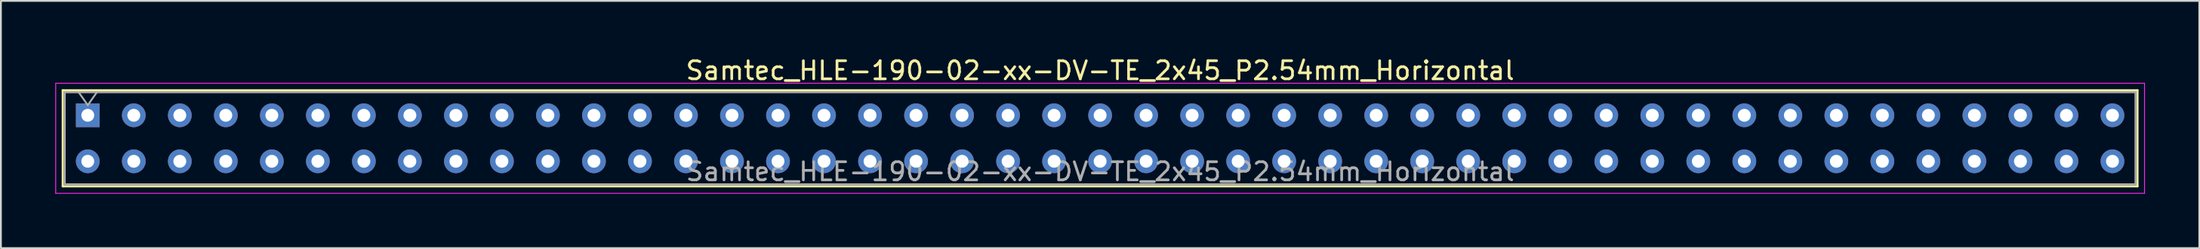
<source format=kicad_pcb>
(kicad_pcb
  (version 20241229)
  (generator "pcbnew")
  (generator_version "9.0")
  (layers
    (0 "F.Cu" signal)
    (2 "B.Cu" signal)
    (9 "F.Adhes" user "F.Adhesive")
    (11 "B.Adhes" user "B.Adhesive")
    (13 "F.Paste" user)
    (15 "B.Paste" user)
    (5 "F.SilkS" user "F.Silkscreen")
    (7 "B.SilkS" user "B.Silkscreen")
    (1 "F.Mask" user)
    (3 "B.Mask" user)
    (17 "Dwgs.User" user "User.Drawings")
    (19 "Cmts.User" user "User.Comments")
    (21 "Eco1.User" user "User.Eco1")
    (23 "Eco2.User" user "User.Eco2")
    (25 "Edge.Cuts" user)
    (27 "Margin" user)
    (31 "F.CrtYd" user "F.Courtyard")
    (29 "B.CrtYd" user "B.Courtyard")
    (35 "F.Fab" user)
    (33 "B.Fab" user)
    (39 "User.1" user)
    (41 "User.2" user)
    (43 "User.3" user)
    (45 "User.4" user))
  (footprint "Samtec_HLE-190-02-xx-DV-TE_2x45_P2.54mm_Horizontal"
    (layer "F.Cu")
    (at 1.795 3.318)
    (property "Reference" "Samtec_HLE-190-02-xx-DV-TE_2x45_P2.54mm_Horizontal" (at 55.88 -2.47 0) (layer "F.SilkS") (effects (font (size 1 1) (thickness 0.15))))
    (attr through_hole)
    (fp_line (start -1.38 -1.38) (end 113.14 -1.38) (stroke (width 0.12) (type solid)) (layer "F.SilkS"))
    (fp_line (start -1.38 3.92) (end -1.38 -1.38) (stroke (width 0.12) (type solid)) (layer "F.SilkS"))
    (fp_line (start 113.14 -1.38) (end 113.14 3.92) (stroke (width 0.12) (type solid)) (layer "F.SilkS"))
    (fp_line (start 113.14 3.92) (end -1.38 3.92) (stroke (width 0.12) (type solid)) (layer "F.SilkS"))
    (fp_line (start -1.77 -1.77) (end 113.53 -1.77) (stroke (width 0.05) (type solid)) (layer "F.CrtYd"))
    (fp_line (start -1.77 4.31) (end -1.77 -1.77) (stroke (width 0.05) (type solid)) (layer "F.CrtYd"))
    (fp_line (start 113.53 -1.77) (end 113.53 4.31) (stroke (width 0.05) (type solid)) (layer "F.CrtYd"))
    (fp_line (start 113.53 4.31) (end -1.77 4.31) (stroke (width 0.05) (type solid)) (layer "F.CrtYd"))
    (fp_line (start -1.27 -1.27) (end 113.03 -1.27) (stroke (width 0.1) (type solid)) (layer "F.Fab"))
    (fp_line (start -1.27 3.81) (end -1.27 -1.27) (stroke (width 0.1) (type solid)) (layer "F.Fab"))
    (fp_line (start -0.5 -1.27) (end 0 -0.563) (stroke (width 0.1) (type solid)) (layer "F.Fab"))
    (fp_line (start 0 -0.563) (end 0.5 -1.27) (stroke (width 0.1) (type solid)) (layer "F.Fab"))
    (fp_line (start 113.03 -1.27) (end 113.03 3.81) (stroke (width 0.1) (type solid)) (layer "F.Fab"))
    (fp_line (start 113.03 3.81) (end -1.27 3.81) (stroke (width 0.1) (type solid)) (layer "F.Fab"))
    (fp_text user "${REFERENCE}" (at 55.88 3.11 0) (layer "F.Fab") (effects (font (size 1 1) (thickness 0.15))))
    (pad "1" thru_hole rect (at 0 0) (size 1.31 1.31) (drill 0.71) (layers "*.Cu" "*.Mask"))
    (pad "2" thru_hole circle (at 0 2.54) (size 1.31 1.31) (drill 0.71) (layers "*.Cu" "*.Mask"))
    (pad "3" thru_hole circle (at 2.54 0) (size 1.31 1.31) (drill 0.71) (layers "*.Cu" "*.Mask"))
    (pad "4" thru_hole circle (at 2.54 2.54) (size 1.31 1.31) (drill 0.71) (layers "*.Cu" "*.Mask"))
    (pad "5" thru_hole circle (at 5.08 0) (size 1.31 1.31) (drill 0.71) (layers "*.Cu" "*.Mask"))
    (pad "6" thru_hole circle (at 5.08 2.54) (size 1.31 1.31) (drill 0.71) (layers "*.Cu" "*.Mask"))
    (pad "7" thru_hole circle (at 7.62 0) (size 1.31 1.31) (drill 0.71) (layers "*.Cu" "*.Mask"))
    (pad "8" thru_hole circle (at 7.62 2.54) (size 1.31 1.31) (drill 0.71) (layers "*.Cu" "*.Mask"))
    (pad "9" thru_hole circle (at 10.16 0) (size 1.31 1.31) (drill 0.71) (layers "*.Cu" "*.Mask"))
    (pad "10" thru_hole circle (at 10.16 2.54) (size 1.31 1.31) (drill 0.71) (layers "*.Cu" "*.Mask"))
    (pad "11" thru_hole circle (at 12.7 0) (size 1.31 1.31) (drill 0.71) (layers "*.Cu" "*.Mask"))
    (pad "12" thru_hole circle (at 12.7 2.54) (size 1.31 1.31) (drill 0.71) (layers "*.Cu" "*.Mask"))
    (pad "13" thru_hole circle (at 15.24 0) (size 1.31 1.31) (drill 0.71) (layers "*.Cu" "*.Mask"))
    (pad "14" thru_hole circle (at 15.24 2.54) (size 1.31 1.31) (drill 0.71) (layers "*.Cu" "*.Mask"))
    (pad "15" thru_hole circle (at 17.78 0) (size 1.31 1.31) (drill 0.71) (layers "*.Cu" "*.Mask"))
    (pad "16" thru_hole circle (at 17.78 2.54) (size 1.31 1.31) (drill 0.71) (layers "*.Cu" "*.Mask"))
    (pad "17" thru_hole circle (at 20.32 0) (size 1.31 1.31) (drill 0.71) (layers "*.Cu" "*.Mask"))
    (pad "18" thru_hole circle (at 20.32 2.54) (size 1.31 1.31) (drill 0.71) (layers "*.Cu" "*.Mask"))
    (pad "19" thru_hole circle (at 22.86 0) (size 1.31 1.31) (drill 0.71) (layers "*.Cu" "*.Mask"))
    (pad "20" thru_hole circle (at 22.86 2.54) (size 1.31 1.31) (drill 0.71) (layers "*.Cu" "*.Mask"))
    (pad "21" thru_hole circle (at 25.4 0) (size 1.31 1.31) (drill 0.71) (layers "*.Cu" "*.Mask"))
    (pad "22" thru_hole circle (at 25.4 2.54) (size 1.31 1.31) (drill 0.71) (layers "*.Cu" "*.Mask"))
    (pad "23" thru_hole circle (at 27.94 0) (size 1.31 1.31) (drill 0.71) (layers "*.Cu" "*.Mask"))
    (pad "24" thru_hole circle (at 27.94 2.54) (size 1.31 1.31) (drill 0.71) (layers "*.Cu" "*.Mask"))
    (pad "25" thru_hole circle (at 30.48 0) (size 1.31 1.31) (drill 0.71) (layers "*.Cu" "*.Mask"))
    (pad "26" thru_hole circle (at 30.48 2.54) (size 1.31 1.31) (drill 0.71) (layers "*.Cu" "*.Mask"))
    (pad "27" thru_hole circle (at 33.02 0) (size 1.31 1.31) (drill 0.71) (layers "*.Cu" "*.Mask"))
    (pad "28" thru_hole circle (at 33.02 2.54) (size 1.31 1.31) (drill 0.71) (layers "*.Cu" "*.Mask"))
    (pad "29" thru_hole circle (at 35.56 0) (size 1.31 1.31) (drill 0.71) (layers "*.Cu" "*.Mask"))
    (pad "30" thru_hole circle (at 35.56 2.54) (size 1.31 1.31) (drill 0.71) (layers "*.Cu" "*.Mask"))
    (pad "31" thru_hole circle (at 38.1 0) (size 1.31 1.31) (drill 0.71) (layers "*.Cu" "*.Mask"))
    (pad "32" thru_hole circle (at 38.1 2.54) (size 1.31 1.31) (drill 0.71) (layers "*.Cu" "*.Mask"))
    (pad "33" thru_hole circle (at 40.64 0) (size 1.31 1.31) (drill 0.71) (layers "*.Cu" "*.Mask"))
    (pad "34" thru_hole circle (at 40.64 2.54) (size 1.31 1.31) (drill 0.71) (layers "*.Cu" "*.Mask"))
    (pad "35" thru_hole circle (at 43.18 0) (size 1.31 1.31) (drill 0.71) (layers "*.Cu" "*.Mask"))
    (pad "36" thru_hole circle (at 43.18 2.54) (size 1.31 1.31) (drill 0.71) (layers "*.Cu" "*.Mask"))
    (pad "37" thru_hole circle (at 45.72 0) (size 1.31 1.31) (drill 0.71) (layers "*.Cu" "*.Mask"))
    (pad "38" thru_hole circle (at 45.72 2.54) (size 1.31 1.31) (drill 0.71) (layers "*.Cu" "*.Mask"))
    (pad "39" thru_hole circle (at 48.26 0) (size 1.31 1.31) (drill 0.71) (layers "*.Cu" "*.Mask"))
    (pad "40" thru_hole circle (at 48.26 2.54) (size 1.31 1.31) (drill 0.71) (layers "*.Cu" "*.Mask"))
    (pad "41" thru_hole circle (at 50.8 0) (size 1.31 1.31) (drill 0.71) (layers "*.Cu" "*.Mask"))
    (pad "42" thru_hole circle (at 50.8 2.54) (size 1.31 1.31) (drill 0.71) (layers "*.Cu" "*.Mask"))
    (pad "43" thru_hole circle (at 53.34 0) (size 1.31 1.31) (drill 0.71) (layers "*.Cu" "*.Mask"))
    (pad "44" thru_hole circle (at 53.34 2.54) (size 1.31 1.31) (drill 0.71) (layers "*.Cu" "*.Mask"))
    (pad "45" thru_hole circle (at 55.88 0) (size 1.31 1.31) (drill 0.71) (layers "*.Cu" "*.Mask"))
    (pad "46" thru_hole circle (at 55.88 2.54) (size 1.31 1.31) (drill 0.71) (layers "*.Cu" "*.Mask"))
    (pad "47" thru_hole circle (at 58.42 0) (size 1.31 1.31) (drill 0.71) (layers "*.Cu" "*.Mask"))
    (pad "48" thru_hole circle (at 58.42 2.54) (size 1.31 1.31) (drill 0.71) (layers "*.Cu" "*.Mask"))
    (pad "49" thru_hole circle (at 60.96 0) (size 1.31 1.31) (drill 0.71) (layers "*.Cu" "*.Mask"))
    (pad "50" thru_hole circle (at 60.96 2.54) (size 1.31 1.31) (drill 0.71) (layers "*.Cu" "*.Mask"))
    (pad "51" thru_hole circle (at 63.5 0) (size 1.31 1.31) (drill 0.71) (layers "*.Cu" "*.Mask"))
    (pad "52" thru_hole circle (at 63.5 2.54) (size 1.31 1.31) (drill 0.71) (layers "*.Cu" "*.Mask"))
    (pad "53" thru_hole circle (at 66.04 0) (size 1.31 1.31) (drill 0.71) (layers "*.Cu" "*.Mask"))
    (pad "54" thru_hole circle (at 66.04 2.54) (size 1.31 1.31) (drill 0.71) (layers "*.Cu" "*.Mask"))
    (pad "55" thru_hole circle (at 68.58 0) (size 1.31 1.31) (drill 0.71) (layers "*.Cu" "*.Mask"))
    (pad "56" thru_hole circle (at 68.58 2.54) (size 1.31 1.31) (drill 0.71) (layers "*.Cu" "*.Mask"))
    (pad "57" thru_hole circle (at 71.12 0) (size 1.31 1.31) (drill 0.71) (layers "*.Cu" "*.Mask"))
    (pad "58" thru_hole circle (at 71.12 2.54) (size 1.31 1.31) (drill 0.71) (layers "*.Cu" "*.Mask"))
    (pad "59" thru_hole circle (at 73.66 0) (size 1.31 1.31) (drill 0.71) (layers "*.Cu" "*.Mask"))
    (pad "60" thru_hole circle (at 73.66 2.54) (size 1.31 1.31) (drill 0.71) (layers "*.Cu" "*.Mask"))
    (pad "61" thru_hole circle (at 76.2 0) (size 1.31 1.31) (drill 0.71) (layers "*.Cu" "*.Mask"))
    (pad "62" thru_hole circle (at 76.2 2.54) (size 1.31 1.31) (drill 0.71) (layers "*.Cu" "*.Mask"))
    (pad "63" thru_hole circle (at 78.74 0) (size 1.31 1.31) (drill 0.71) (layers "*.Cu" "*.Mask"))
    (pad "64" thru_hole circle (at 78.74 2.54) (size 1.31 1.31) (drill 0.71) (layers "*.Cu" "*.Mask"))
    (pad "65" thru_hole circle (at 81.28 0) (size 1.31 1.31) (drill 0.71) (layers "*.Cu" "*.Mask"))
    (pad "66" thru_hole circle (at 81.28 2.54) (size 1.31 1.31) (drill 0.71) (layers "*.Cu" "*.Mask"))
    (pad "67" thru_hole circle (at 83.82 0) (size 1.31 1.31) (drill 0.71) (layers "*.Cu" "*.Mask"))
    (pad "68" thru_hole circle (at 83.82 2.54) (size 1.31 1.31) (drill 0.71) (layers "*.Cu" "*.Mask"))
    (pad "69" thru_hole circle (at 86.36 0) (size 1.31 1.31) (drill 0.71) (layers "*.Cu" "*.Mask"))
    (pad "70" thru_hole circle (at 86.36 2.54) (size 1.31 1.31) (drill 0.71) (layers "*.Cu" "*.Mask"))
    (pad "71" thru_hole circle (at 88.9 0) (size 1.31 1.31) (drill 0.71) (layers "*.Cu" "*.Mask"))
    (pad "72" thru_hole circle (at 88.9 2.54) (size 1.31 1.31) (drill 0.71) (layers "*.Cu" "*.Mask"))
    (pad "73" thru_hole circle (at 91.44 0) (size 1.31 1.31) (drill 0.71) (layers "*.Cu" "*.Mask"))
    (pad "74" thru_hole circle (at 91.44 2.54) (size 1.31 1.31) (drill 0.71) (layers "*.Cu" "*.Mask"))
    (pad "75" thru_hole circle (at 93.98 0) (size 1.31 1.31) (drill 0.71) (layers "*.Cu" "*.Mask"))
    (pad "76" thru_hole circle (at 93.98 2.54) (size 1.31 1.31) (drill 0.71) (layers "*.Cu" "*.Mask"))
    (pad "77" thru_hole circle (at 96.52 0) (size 1.31 1.31) (drill 0.71) (layers "*.Cu" "*.Mask"))
    (pad "78" thru_hole circle (at 96.52 2.54) (size 1.31 1.31) (drill 0.71) (layers "*.Cu" "*.Mask"))
    (pad "79" thru_hole circle (at 99.06 0) (size 1.31 1.31) (drill 0.71) (layers "*.Cu" "*.Mask"))
    (pad "80" thru_hole circle (at 99.06 2.54) (size 1.31 1.31) (drill 0.71) (layers "*.Cu" "*.Mask"))
    (pad "81" thru_hole circle (at 101.6 0) (size 1.31 1.31) (drill 0.71) (layers "*.Cu" "*.Mask"))
    (pad "82" thru_hole circle (at 101.6 2.54) (size 1.31 1.31) (drill 0.71) (layers "*.Cu" "*.Mask"))
    (pad "83" thru_hole circle (at 104.14 0) (size 1.31 1.31) (drill 0.71) (layers "*.Cu" "*.Mask"))
    (pad "84" thru_hole circle (at 104.14 2.54) (size 1.31 1.31) (drill 0.71) (layers "*.Cu" "*.Mask"))
    (pad "85" thru_hole circle (at 106.68 0) (size 1.31 1.31) (drill 0.71) (layers "*.Cu" "*.Mask"))
    (pad "86" thru_hole circle (at 106.68 2.54) (size 1.31 1.31) (drill 0.71) (layers "*.Cu" "*.Mask"))
    (pad "87" thru_hole circle (at 109.22 0) (size 1.31 1.31) (drill 0.71) (layers "*.Cu" "*.Mask"))
    (pad "88" thru_hole circle (at 109.22 2.54) (size 1.31 1.31) (drill 0.71) (layers "*.Cu" "*.Mask"))
    (pad "89" thru_hole circle (at 111.76 0) (size 1.31 1.31) (drill 0.71) (layers "*.Cu" "*.Mask"))
    (pad "90" thru_hole circle (at 111.76 2.54) (size 1.31 1.31) (drill 0.71) (layers "*.Cu" "*.Mask")))
  (gr_rect
    (start -3 -3)
    (end 118.35 10.653)
    (stroke (width 0.1) (type default))
    (fill no)
    (layer "Edge.Cuts")))
</source>
